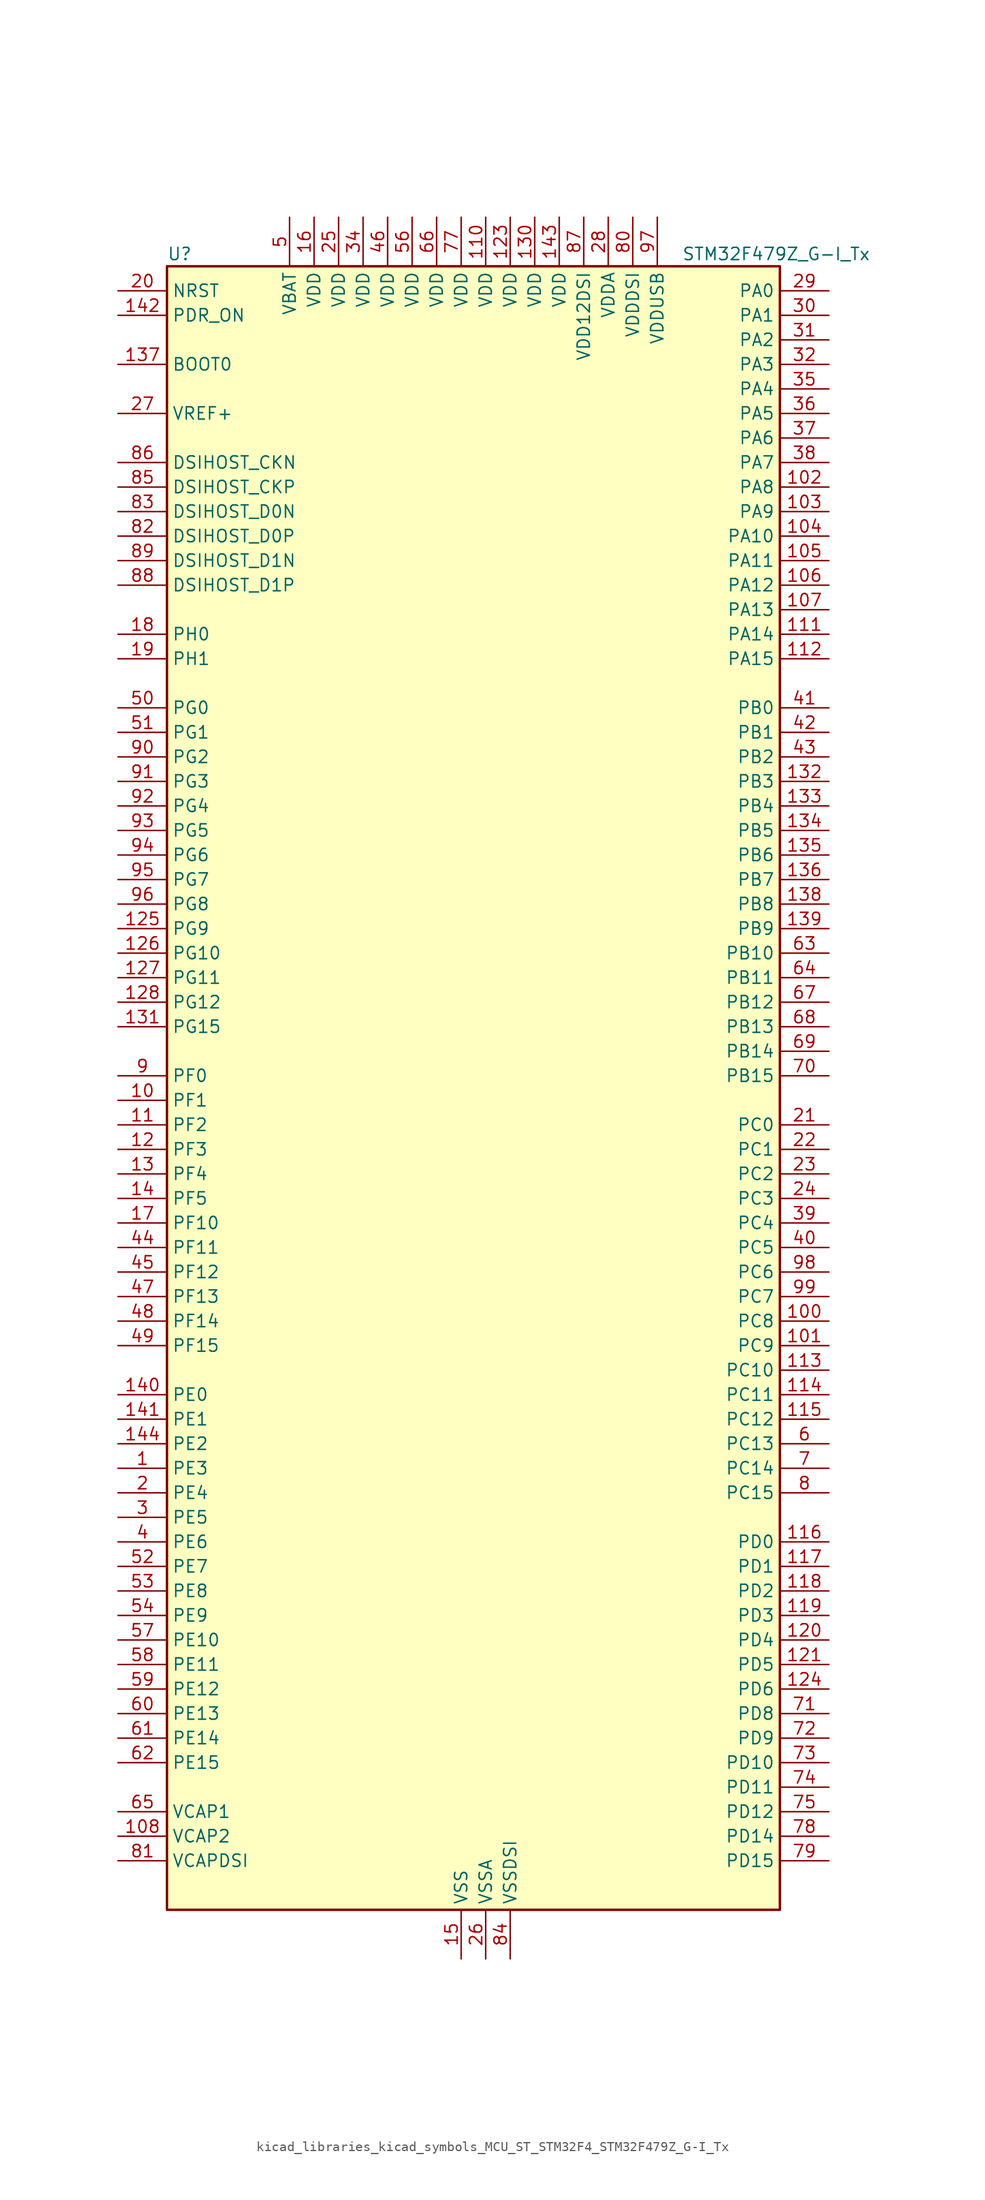
<source format=kicad_sym>
(kicad_symbol_lib
  (version 20220914)
  (generator kicad_symbol_editor)
  (symbol "kicad_libraries_kicad_symbols_MCU_ST_STM32F4_STM32F479Z_G-I_Tx"
    (property "Reference" "U"
      (at -30.48 87.63 0)
      (effects (font (size 1.27 1.27)) (justify left)))
    (property "Value" "STM32F479Z_G-I_Tx"
      (at 22.86 87.63 0)
      (effects (font (size 1.27 1.27)) (justify left)))
    (property "ki_locked" ""
      (at 0 0 0)
      (effects (font (size 1.27 1.27))))
    (symbol "kicad_libraries_kicad_symbols_MCU_ST_STM32F4_STM32F479Z_G-I_Tx_0_1"
      (rectangle (start -30.48 -83.82) (end 33.02 86.36) (stroke (width 0.254) (type default)) (fill (type background))))
    (symbol "kicad_libraries_kicad_symbols_MCU_ST_STM32F4_STM32F479Z_G-I_Tx_1_1"
      (pin bidirectional line (at -35.56 -38.1 0) (length 5.08) (name "PE3" (effects (font (size 1.27 1.27)))) (number "1" (effects (font (size 1.27 1.27)))) (alternate "FMC_A19" bidirectional line) (alternate "SAI1_SD_B" bidirectional line) (alternate "SYS_TRACED0" bidirectional line))
      (pin bidirectional line (at -35.56 0 0) (length 5.08) (name "PF1" (effects (font (size 1.27 1.27)))) (number "10" (effects (font (size 1.27 1.27)))) (alternate "FMC_A1" bidirectional line) (alternate "I2C2_SCL" bidirectional line))
      (pin bidirectional line (at 38.1 -22.86 180) (length 5.08) (name "PC8" (effects (font (size 1.27 1.27)))) (number "100" (effects (font (size 1.27 1.27)))) (alternate "DCMI_D2" bidirectional line) (alternate "SDIO_D0" bidirectional line) (alternate "SYS_TRACED1" bidirectional line) (alternate "TIM3_CH3" bidirectional line) (alternate "TIM8_CH3" bidirectional line) (alternate "USART6_CK" bidirectional line))
      (pin bidirectional line (at 38.1 -25.4 180) (length 5.08) (name "PC9" (effects (font (size 1.27 1.27)))) (number "101" (effects (font (size 1.27 1.27)))) (alternate "DAC_EXTI9" bidirectional line) (alternate "DCMI_D3" bidirectional line) (alternate "I2C3_SDA" bidirectional line) (alternate "I2S_CKIN" bidirectional line) (alternate "QUADSPI_BK1_IO0" bidirectional line) (alternate "RCC_MCO_2" bidirectional line) (alternate "SDIO_D1" bidirectional line) (alternate "TIM3_CH4" bidirectional line) (alternate "TIM8_CH4" bidirectional line))
      (pin bidirectional line (at 38.1 63.5 180) (length 5.08) (name "PA8" (effects (font (size 1.27 1.27)))) (number "102" (effects (font (size 1.27 1.27)))) (alternate "I2C3_SCL" bidirectional line) (alternate "LTDC_R6" bidirectional line) (alternate "RCC_MCO_1" bidirectional line) (alternate "TIM1_CH1" bidirectional line) (alternate "USART1_CK" bidirectional line) (alternate "USB_OTG_FS_SOF" bidirectional line))
      (pin bidirectional line (at 38.1 60.96 180) (length 5.08) (name "PA9" (effects (font (size 1.27 1.27)))) (number "103" (effects (font (size 1.27 1.27)))) (alternate "DAC_EXTI9" bidirectional line) (alternate "DCMI_D0" bidirectional line) (alternate "I2C3_SMBA" bidirectional line) (alternate "I2S2_CK" bidirectional line) (alternate "SPI2_SCK" bidirectional line) (alternate "TIM1_CH2" bidirectional line) (alternate "USART1_TX" bidirectional line) (alternate "USB_OTG_FS_VBUS" bidirectional line))
      (pin bidirectional line (at 38.1 58.42 180) (length 5.08) (name "PA10" (effects (font (size 1.27 1.27)))) (number "104" (effects (font (size 1.27 1.27)))) (alternate "DCMI_D1" bidirectional line) (alternate "TIM1_CH3" bidirectional line) (alternate "USART1_RX" bidirectional line) (alternate "USB_OTG_FS_ID" bidirectional line))
      (pin bidirectional line (at 38.1 55.88 180) (length 5.08) (name "PA11" (effects (font (size 1.27 1.27)))) (number "105" (effects (font (size 1.27 1.27)))) (alternate "ADC1_EXTI11" bidirectional line) (alternate "ADC2_EXTI11" bidirectional line) (alternate "ADC3_EXTI11" bidirectional line) (alternate "CAN1_RX" bidirectional line) (alternate "LTDC_R4" bidirectional line) (alternate "TIM1_CH4" bidirectional line) (alternate "USART1_CTS" bidirectional line) (alternate "USB_OTG_FS_DM" bidirectional line))
      (pin bidirectional line (at 38.1 53.34 180) (length 5.08) (name "PA12" (effects (font (size 1.27 1.27)))) (number "106" (effects (font (size 1.27 1.27)))) (alternate "CAN1_TX" bidirectional line) (alternate "LTDC_R5" bidirectional line) (alternate "TIM1_ETR" bidirectional line) (alternate "USART1_RTS" bidirectional line) (alternate "USB_OTG_FS_DP" bidirectional line))
      (pin bidirectional line (at 38.1 50.8 180) (length 5.08) (name "PA13" (effects (font (size 1.27 1.27)))) (number "107" (effects (font (size 1.27 1.27)))) (alternate "SYS_JTMS-SWDIO" bidirectional line))
      (pin power_out line (at -35.56 -76.2 0) (length 5.08) (name "VCAP2" (effects (font (size 1.27 1.27)))) (number "108" (effects (font (size 1.27 1.27)))))
      (pin passive line (at 0 -88.9 90) (length 5.08) hide (name "VSS" (effects (font (size 1.27 1.27)))) (number "109" (effects (font (size 1.27 1.27)))))
      (pin bidirectional line (at -35.56 -2.54 0) (length 5.08) (name "PF2" (effects (font (size 1.27 1.27)))) (number "11" (effects (font (size 1.27 1.27)))) (alternate "FMC_A2" bidirectional line) (alternate "I2C2_SMBA" bidirectional line))
      (pin power_in line (at 2.54 91.44 270) (length 5.08) (name "VDD" (effects (font (size 1.27 1.27)))) (number "110" (effects (font (size 1.27 1.27)))))
      (pin bidirectional line (at 38.1 48.26 180) (length 5.08) (name "PA14" (effects (font (size 1.27 1.27)))) (number "111" (effects (font (size 1.27 1.27)))) (alternate "SYS_JTCK-SWCLK" bidirectional line))
      (pin bidirectional line (at 38.1 45.72 180) (length 5.08) (name "PA15" (effects (font (size 1.27 1.27)))) (number "112" (effects (font (size 1.27 1.27)))) (alternate "ADC1_EXTI15" bidirectional line) (alternate "ADC2_EXTI15" bidirectional line) (alternate "ADC3_EXTI15" bidirectional line) (alternate "I2S3_WS" bidirectional line) (alternate "SPI1_NSS" bidirectional line) (alternate "SPI3_NSS" bidirectional line) (alternate "SYS_JTDI" bidirectional line) (alternate "TIM2_CH1" bidirectional line) (alternate "TIM2_ETR" bidirectional line))
      (pin bidirectional line (at 38.1 -27.94 180) (length 5.08) (name "PC10" (effects (font (size 1.27 1.27)))) (number "113" (effects (font (size 1.27 1.27)))) (alternate "DCMI_D8" bidirectional line) (alternate "I2S3_CK" bidirectional line) (alternate "LTDC_R2" bidirectional line) (alternate "QUADSPI_BK1_IO1" bidirectional line) (alternate "SDIO_D2" bidirectional line) (alternate "SPI3_SCK" bidirectional line) (alternate "UART4_TX" bidirectional line) (alternate "USART3_TX" bidirectional line))
      (pin bidirectional line (at 38.1 -30.48 180) (length 5.08) (name "PC11" (effects (font (size 1.27 1.27)))) (number "114" (effects (font (size 1.27 1.27)))) (alternate "ADC1_EXTI11" bidirectional line) (alternate "ADC2_EXTI11" bidirectional line) (alternate "ADC3_EXTI11" bidirectional line) (alternate "DCMI_D4" bidirectional line) (alternate "I2S3_ext_SD" bidirectional line) (alternate "QUADSPI_BK2_NCS" bidirectional line) (alternate "SDIO_D3" bidirectional line) (alternate "SPI3_MISO" bidirectional line) (alternate "UART4_RX" bidirectional line) (alternate "USART3_RX" bidirectional line))
      (pin bidirectional line (at 38.1 -33.02 180) (length 5.08) (name "PC12" (effects (font (size 1.27 1.27)))) (number "115" (effects (font (size 1.27 1.27)))) (alternate "DCMI_D9" bidirectional line) (alternate "I2S3_SD" bidirectional line) (alternate "SDIO_CK" bidirectional line) (alternate "SPI3_MOSI" bidirectional line) (alternate "SYS_TRACED3" bidirectional line) (alternate "UART5_TX" bidirectional line) (alternate "USART3_CK" bidirectional line))
      (pin bidirectional line (at 38.1 -45.72 180) (length 5.08) (name "PD0" (effects (font (size 1.27 1.27)))) (number "116" (effects (font (size 1.27 1.27)))) (alternate "CAN1_RX" bidirectional line) (alternate "FMC_D2" bidirectional line) (alternate "FMC_DA2" bidirectional line))
      (pin bidirectional line (at 38.1 -48.26 180) (length 5.08) (name "PD1" (effects (font (size 1.27 1.27)))) (number "117" (effects (font (size 1.27 1.27)))) (alternate "CAN1_TX" bidirectional line) (alternate "FMC_D3" bidirectional line) (alternate "FMC_DA3" bidirectional line))
      (pin bidirectional line (at 38.1 -50.8 180) (length 5.08) (name "PD2" (effects (font (size 1.27 1.27)))) (number "118" (effects (font (size 1.27 1.27)))) (alternate "DCMI_D11" bidirectional line) (alternate "SDIO_CMD" bidirectional line) (alternate "SYS_TRACED2" bidirectional line) (alternate "TIM3_ETR" bidirectional line) (alternate "UART5_RX" bidirectional line))
      (pin bidirectional line (at 38.1 -53.34 180) (length 5.08) (name "PD3" (effects (font (size 1.27 1.27)))) (number "119" (effects (font (size 1.27 1.27)))) (alternate "DCMI_D5" bidirectional line) (alternate "FMC_CLK" bidirectional line) (alternate "I2S2_CK" bidirectional line) (alternate "LTDC_G7" bidirectional line) (alternate "SPI2_SCK" bidirectional line) (alternate "USART2_CTS" bidirectional line))
      (pin bidirectional line (at -35.56 -5.08 0) (length 5.08) (name "PF3" (effects (font (size 1.27 1.27)))) (number "12" (effects (font (size 1.27 1.27)))) (alternate "ADC3_IN9" bidirectional line) (alternate "FMC_A3" bidirectional line))
      (pin bidirectional line (at 38.1 -55.88 180) (length 5.08) (name "PD4" (effects (font (size 1.27 1.27)))) (number "120" (effects (font (size 1.27 1.27)))) (alternate "FMC_NOE" bidirectional line) (alternate "USART2_RTS" bidirectional line))
      (pin bidirectional line (at 38.1 -58.42 180) (length 5.08) (name "PD5" (effects (font (size 1.27 1.27)))) (number "121" (effects (font (size 1.27 1.27)))) (alternate "FMC_NWE" bidirectional line) (alternate "USART2_TX" bidirectional line))
      (pin passive line (at 0 -88.9 90) (length 5.08) hide (name "VSS" (effects (font (size 1.27 1.27)))) (number "122" (effects (font (size 1.27 1.27)))))
      (pin power_in line (at 5.08 91.44 270) (length 5.08) (name "VDD" (effects (font (size 1.27 1.27)))) (number "123" (effects (font (size 1.27 1.27)))))
      (pin bidirectional line (at 38.1 -60.96 180) (length 5.08) (name "PD6" (effects (font (size 1.27 1.27)))) (number "124" (effects (font (size 1.27 1.27)))) (alternate "DCMI_D10" bidirectional line) (alternate "FMC_NWAIT" bidirectional line) (alternate "I2S3_SD" bidirectional line) (alternate "LTDC_B2" bidirectional line) (alternate "SAI1_SD_A" bidirectional line) (alternate "SPI3_MOSI" bidirectional line) (alternate "USART2_RX" bidirectional line))
      (pin bidirectional line (at -35.56 17.78 0) (length 5.08) (name "PG9" (effects (font (size 1.27 1.27)))) (number "125" (effects (font (size 1.27 1.27)))) (alternate "DAC_EXTI9" bidirectional line) (alternate "DCMI_VSYNC" bidirectional line) (alternate "FMC_NCE" bidirectional line) (alternate "FMC_NE2" bidirectional line) (alternate "QUADSPI_BK2_IO2" bidirectional line) (alternate "USART6_RX" bidirectional line))
      (pin bidirectional line (at -35.56 15.24 0) (length 5.08) (name "PG10" (effects (font (size 1.27 1.27)))) (number "126" (effects (font (size 1.27 1.27)))) (alternate "DCMI_D2" bidirectional line) (alternate "FMC_NE3" bidirectional line) (alternate "LTDC_B2" bidirectional line) (alternate "LTDC_G3" bidirectional line))
      (pin bidirectional line (at -35.56 12.7 0) (length 5.08) (name "PG11" (effects (font (size 1.27 1.27)))) (number "127" (effects (font (size 1.27 1.27)))) (alternate "ADC1_EXTI11" bidirectional line) (alternate "ADC2_EXTI11" bidirectional line) (alternate "ADC3_EXTI11" bidirectional line) (alternate "DCMI_D3" bidirectional line) (alternate "LTDC_B3" bidirectional line))
      (pin bidirectional line (at -35.56 10.16 0) (length 5.08) (name "PG12" (effects (font (size 1.27 1.27)))) (number "128" (effects (font (size 1.27 1.27)))) (alternate "FMC_NE4" bidirectional line) (alternate "LTDC_B1" bidirectional line) (alternate "LTDC_B4" bidirectional line) (alternate "USART6_RTS" bidirectional line))
      (pin passive line (at 0 -88.9 90) (length 5.08) hide (name "VSS" (effects (font (size 1.27 1.27)))) (number "129" (effects (font (size 1.27 1.27)))))
      (pin bidirectional line (at -35.56 -7.62 0) (length 5.08) (name "PF4" (effects (font (size 1.27 1.27)))) (number "13" (effects (font (size 1.27 1.27)))) (alternate "ADC3_IN14" bidirectional line) (alternate "FMC_A4" bidirectional line))
      (pin power_in line (at 7.62 91.44 270) (length 5.08) (name "VDD" (effects (font (size 1.27 1.27)))) (number "130" (effects (font (size 1.27 1.27)))))
      (pin bidirectional line (at -35.56 7.62 0) (length 5.08) (name "PG15" (effects (font (size 1.27 1.27)))) (number "131" (effects (font (size 1.27 1.27)))) (alternate "ADC1_EXTI15" bidirectional line) (alternate "ADC2_EXTI15" bidirectional line) (alternate "ADC3_EXTI15" bidirectional line) (alternate "DCMI_D13" bidirectional line) (alternate "FMC_SDNCAS" bidirectional line) (alternate "USART6_CTS" bidirectional line))
      (pin bidirectional line (at 38.1 33.02 180) (length 5.08) (name "PB3" (effects (font (size 1.27 1.27)))) (number "132" (effects (font (size 1.27 1.27)))) (alternate "I2S3_CK" bidirectional line) (alternate "SPI1_SCK" bidirectional line) (alternate "SPI3_SCK" bidirectional line) (alternate "SYS_JTDO-SWO" bidirectional line) (alternate "TIM2_CH2" bidirectional line))
      (pin bidirectional line (at 38.1 30.48 180) (length 5.08) (name "PB4" (effects (font (size 1.27 1.27)))) (number "133" (effects (font (size 1.27 1.27)))) (alternate "I2S3_ext_SD" bidirectional line) (alternate "SPI1_MISO" bidirectional line) (alternate "SPI3_MISO" bidirectional line) (alternate "SYS_JTRST" bidirectional line) (alternate "TIM3_CH1" bidirectional line))
      (pin bidirectional line (at 38.1 27.94 180) (length 5.08) (name "PB5" (effects (font (size 1.27 1.27)))) (number "134" (effects (font (size 1.27 1.27)))) (alternate "CAN2_RX" bidirectional line) (alternate "DCMI_D10" bidirectional line) (alternate "FMC_SDCKE1" bidirectional line) (alternate "I2C1_SMBA" bidirectional line) (alternate "I2S3_SD" bidirectional line) (alternate "LTDC_G7" bidirectional line) (alternate "SPI1_MOSI" bidirectional line) (alternate "SPI3_MOSI" bidirectional line) (alternate "TIM3_CH2" bidirectional line) (alternate "USB_OTG_HS_ULPI_D7" bidirectional line))
      (pin bidirectional line (at 38.1 25.4 180) (length 5.08) (name "PB6" (effects (font (size 1.27 1.27)))) (number "135" (effects (font (size 1.27 1.27)))) (alternate "CAN2_TX" bidirectional line) (alternate "DCMI_D5" bidirectional line) (alternate "FMC_SDNE1" bidirectional line) (alternate "I2C1_SCL" bidirectional line) (alternate "QUADSPI_BK1_NCS" bidirectional line) (alternate "TIM4_CH1" bidirectional line) (alternate "USART1_TX" bidirectional line))
      (pin bidirectional line (at 38.1 22.86 180) (length 5.08) (name "PB7" (effects (font (size 1.27 1.27)))) (number "136" (effects (font (size 1.27 1.27)))) (alternate "DCMI_VSYNC" bidirectional line) (alternate "FMC_NL" bidirectional line) (alternate "I2C1_SDA" bidirectional line) (alternate "TIM4_CH2" bidirectional line) (alternate "USART1_RX" bidirectional line))
      (pin input line (at -35.56 76.2 0) (length 5.08) (name "BOOT0" (effects (font (size 1.27 1.27)))) (number "137" (effects (font (size 1.27 1.27)))))
      (pin bidirectional line (at 38.1 20.32 180) (length 5.08) (name "PB8" (effects (font (size 1.27 1.27)))) (number "138" (effects (font (size 1.27 1.27)))) (alternate "CAN1_RX" bidirectional line) (alternate "DCMI_D6" bidirectional line) (alternate "I2C1_SCL" bidirectional line) (alternate "LTDC_B6" bidirectional line) (alternate "SDIO_D4" bidirectional line) (alternate "TIM10_CH1" bidirectional line) (alternate "TIM4_CH3" bidirectional line))
      (pin bidirectional line (at 38.1 17.78 180) (length 5.08) (name "PB9" (effects (font (size 1.27 1.27)))) (number "139" (effects (font (size 1.27 1.27)))) (alternate "CAN1_TX" bidirectional line) (alternate "DAC_EXTI9" bidirectional line) (alternate "DCMI_D7" bidirectional line) (alternate "I2C1_SDA" bidirectional line) (alternate "I2S2_WS" bidirectional line) (alternate "LTDC_B7" bidirectional line) (alternate "SDIO_D5" bidirectional line) (alternate "SPI2_NSS" bidirectional line) (alternate "TIM11_CH1" bidirectional line) (alternate "TIM4_CH4" bidirectional line))
      (pin bidirectional line (at -35.56 -10.16 0) (length 5.08) (name "PF5" (effects (font (size 1.27 1.27)))) (number "14" (effects (font (size 1.27 1.27)))) (alternate "ADC3_IN15" bidirectional line) (alternate "FMC_A5" bidirectional line))
      (pin bidirectional line (at -35.56 -30.48 0) (length 5.08) (name "PE0" (effects (font (size 1.27 1.27)))) (number "140" (effects (font (size 1.27 1.27)))) (alternate "DCMI_D2" bidirectional line) (alternate "FMC_NBL0" bidirectional line) (alternate "TIM4_ETR" bidirectional line) (alternate "UART8_RX" bidirectional line))
      (pin bidirectional line (at -35.56 -33.02 0) (length 5.08) (name "PE1" (effects (font (size 1.27 1.27)))) (number "141" (effects (font (size 1.27 1.27)))) (alternate "DCMI_D3" bidirectional line) (alternate "FMC_NBL1" bidirectional line) (alternate "UART8_TX" bidirectional line))
      (pin input line (at -35.56 81.28 0) (length 5.08) (name "PDR_ON" (effects (font (size 1.27 1.27)))) (number "142" (effects (font (size 1.27 1.27)))))
      (pin power_in line (at 10.16 91.44 270) (length 5.08) (name "VDD" (effects (font (size 1.27 1.27)))) (number "143" (effects (font (size 1.27 1.27)))))
      (pin bidirectional line (at -35.56 -35.56 0) (length 5.08) (name "PE2" (effects (font (size 1.27 1.27)))) (number "144" (effects (font (size 1.27 1.27)))) (alternate "FMC_A23" bidirectional line) (alternate "QUADSPI_BK1_IO2" bidirectional line) (alternate "SAI1_MCLK_A" bidirectional line) (alternate "SPI4_SCK" bidirectional line) (alternate "SYS_TRACECLK" bidirectional line))
      (pin power_in line (at 0 -88.9 90) (length 5.08) (name "VSS" (effects (font (size 1.27 1.27)))) (number "15" (effects (font (size 1.27 1.27)))))
      (pin power_in line (at -15.24 91.44 270) (length 5.08) (name "VDD" (effects (font (size 1.27 1.27)))) (number "16" (effects (font (size 1.27 1.27)))))
      (pin bidirectional line (at -35.56 -12.7 0) (length 5.08) (name "PF10" (effects (font (size 1.27 1.27)))) (number "17" (effects (font (size 1.27 1.27)))) (alternate "ADC3_IN8" bidirectional line) (alternate "DCMI_D11" bidirectional line) (alternate "LTDC_DE" bidirectional line) (alternate "QUADSPI_CLK" bidirectional line))
      (pin bidirectional line (at -35.56 48.26 0) (length 5.08) (name "PH0" (effects (font (size 1.27 1.27)))) (number "18" (effects (font (size 1.27 1.27)))) (alternate "RCC_OSC_IN" bidirectional line))
      (pin bidirectional line (at -35.56 45.72 0) (length 5.08) (name "PH1" (effects (font (size 1.27 1.27)))) (number "19" (effects (font (size 1.27 1.27)))) (alternate "RCC_OSC_OUT" bidirectional line))
      (pin bidirectional line (at -35.56 -40.64 0) (length 5.08) (name "PE4" (effects (font (size 1.27 1.27)))) (number "2" (effects (font (size 1.27 1.27)))) (alternate "DCMI_D4" bidirectional line) (alternate "FMC_A20" bidirectional line) (alternate "LTDC_B0" bidirectional line) (alternate "SAI1_FS_A" bidirectional line) (alternate "SPI4_NSS" bidirectional line) (alternate "SYS_TRACED1" bidirectional line))
      (pin input line (at -35.56 83.82 0) (length 5.08) (name "NRST" (effects (font (size 1.27 1.27)))) (number "20" (effects (font (size 1.27 1.27)))))
      (pin bidirectional line (at 38.1 -2.54 180) (length 5.08) (name "PC0" (effects (font (size 1.27 1.27)))) (number "21" (effects (font (size 1.27 1.27)))) (alternate "ADC1_IN10" bidirectional line) (alternate "ADC2_IN10" bidirectional line) (alternate "ADC3_IN10" bidirectional line) (alternate "FMC_SDNWE" bidirectional line) (alternate "LTDC_R5" bidirectional line) (alternate "USB_OTG_HS_ULPI_STP" bidirectional line))
      (pin bidirectional line (at 38.1 -5.08 180) (length 5.08) (name "PC1" (effects (font (size 1.27 1.27)))) (number "22" (effects (font (size 1.27 1.27)))) (alternate "ADC1_IN11" bidirectional line) (alternate "ADC2_IN11" bidirectional line) (alternate "ADC3_IN11" bidirectional line) (alternate "I2S2_SD" bidirectional line) (alternate "SAI1_SD_A" bidirectional line) (alternate "SPI2_MOSI" bidirectional line) (alternate "SYS_TRACED0" bidirectional line))
      (pin bidirectional line (at 38.1 -7.62 180) (length 5.08) (name "PC2" (effects (font (size 1.27 1.27)))) (number "23" (effects (font (size 1.27 1.27)))) (alternate "ADC1_IN12" bidirectional line) (alternate "ADC2_IN12" bidirectional line) (alternate "ADC3_IN12" bidirectional line) (alternate "FMC_SDNE0" bidirectional line) (alternate "I2S2_ext_SD" bidirectional line) (alternate "SPI2_MISO" bidirectional line) (alternate "USB_OTG_HS_ULPI_DIR" bidirectional line))
      (pin bidirectional line (at 38.1 -10.16 180) (length 5.08) (name "PC3" (effects (font (size 1.27 1.27)))) (number "24" (effects (font (size 1.27 1.27)))) (alternate "ADC1_IN13" bidirectional line) (alternate "ADC2_IN13" bidirectional line) (alternate "ADC3_IN13" bidirectional line) (alternate "FMC_SDCKE0" bidirectional line) (alternate "I2S2_SD" bidirectional line) (alternate "SPI2_MOSI" bidirectional line) (alternate "USB_OTG_HS_ULPI_NXT" bidirectional line))
      (pin power_in line (at -12.7 91.44 270) (length 5.08) (name "VDD" (effects (font (size 1.27 1.27)))) (number "25" (effects (font (size 1.27 1.27)))))
      (pin power_in line (at 2.54 -88.9 90) (length 5.08) (name "VSSA" (effects (font (size 1.27 1.27)))) (number "26" (effects (font (size 1.27 1.27)))))
      (pin input line (at -35.56 71.12 0) (length 5.08) (name "VREF+" (effects (font (size 1.27 1.27)))) (number "27" (effects (font (size 1.27 1.27)))))
      (pin power_in line (at 15.24 91.44 270) (length 5.08) (name "VDDA" (effects (font (size 1.27 1.27)))) (number "28" (effects (font (size 1.27 1.27)))))
      (pin bidirectional line (at 38.1 83.82 180) (length 5.08) (name "PA0" (effects (font (size 1.27 1.27)))) (number "29" (effects (font (size 1.27 1.27)))) (alternate "ADC1_IN0" bidirectional line) (alternate "ADC2_IN0" bidirectional line) (alternate "ADC3_IN0" bidirectional line) (alternate "SYS_WKUP" bidirectional line) (alternate "TIM2_CH1" bidirectional line) (alternate "TIM2_ETR" bidirectional line) (alternate "TIM5_CH1" bidirectional line) (alternate "TIM8_ETR" bidirectional line) (alternate "UART4_TX" bidirectional line) (alternate "USART2_CTS" bidirectional line))
      (pin bidirectional line (at -35.56 -43.18 0) (length 5.08) (name "PE5" (effects (font (size 1.27 1.27)))) (number "3" (effects (font (size 1.27 1.27)))) (alternate "DCMI_D6" bidirectional line) (alternate "FMC_A21" bidirectional line) (alternate "LTDC_G0" bidirectional line) (alternate "SAI1_SCK_A" bidirectional line) (alternate "SPI4_MISO" bidirectional line) (alternate "SYS_TRACED2" bidirectional line) (alternate "TIM9_CH1" bidirectional line))
      (pin bidirectional line (at 38.1 81.28 180) (length 5.08) (name "PA1" (effects (font (size 1.27 1.27)))) (number "30" (effects (font (size 1.27 1.27)))) (alternate "ADC1_IN1" bidirectional line) (alternate "ADC2_IN1" bidirectional line) (alternate "ADC3_IN1" bidirectional line) (alternate "LTDC_R2" bidirectional line) (alternate "QUADSPI_BK1_IO3" bidirectional line) (alternate "TIM2_CH2" bidirectional line) (alternate "TIM5_CH2" bidirectional line) (alternate "UART4_RX" bidirectional line) (alternate "USART2_RTS" bidirectional line))
      (pin bidirectional line (at 38.1 78.74 180) (length 5.08) (name "PA2" (effects (font (size 1.27 1.27)))) (number "31" (effects (font (size 1.27 1.27)))) (alternate "ADC1_IN2" bidirectional line) (alternate "ADC2_IN2" bidirectional line) (alternate "ADC3_IN2" bidirectional line) (alternate "LTDC_R1" bidirectional line) (alternate "TIM2_CH3" bidirectional line) (alternate "TIM5_CH3" bidirectional line) (alternate "TIM9_CH1" bidirectional line) (alternate "USART2_TX" bidirectional line))
      (pin bidirectional line (at 38.1 76.2 180) (length 5.08) (name "PA3" (effects (font (size 1.27 1.27)))) (number "32" (effects (font (size 1.27 1.27)))) (alternate "ADC1_IN3" bidirectional line) (alternate "ADC2_IN3" bidirectional line) (alternate "ADC3_IN3" bidirectional line) (alternate "LTDC_B2" bidirectional line) (alternate "LTDC_B5" bidirectional line) (alternate "TIM2_CH4" bidirectional line) (alternate "TIM5_CH4" bidirectional line) (alternate "TIM9_CH2" bidirectional line) (alternate "USART2_RX" bidirectional line) (alternate "USB_OTG_HS_ULPI_D0" bidirectional line))
      (pin passive line (at 0 -88.9 90) (length 5.08) hide (name "VSS" (effects (font (size 1.27 1.27)))) (number "33" (effects (font (size 1.27 1.27)))))
      (pin power_in line (at -10.16 91.44 270) (length 5.08) (name "VDD" (effects (font (size 1.27 1.27)))) (number "34" (effects (font (size 1.27 1.27)))))
      (pin bidirectional line (at 38.1 73.66 180) (length 5.08) (name "PA4" (effects (font (size 1.27 1.27)))) (number "35" (effects (font (size 1.27 1.27)))) (alternate "ADC1_IN4" bidirectional line) (alternate "ADC2_IN4" bidirectional line) (alternate "DAC_OUT1" bidirectional line) (alternate "DCMI_HSYNC" bidirectional line) (alternate "I2S3_WS" bidirectional line) (alternate "LTDC_VSYNC" bidirectional line) (alternate "SPI1_NSS" bidirectional line) (alternate "SPI3_NSS" bidirectional line) (alternate "USART2_CK" bidirectional line) (alternate "USB_OTG_HS_SOF" bidirectional line))
      (pin bidirectional line (at 38.1 71.12 180) (length 5.08) (name "PA5" (effects (font (size 1.27 1.27)))) (number "36" (effects (font (size 1.27 1.27)))) (alternate "ADC1_IN5" bidirectional line) (alternate "ADC2_IN5" bidirectional line) (alternate "DAC_OUT2" bidirectional line) (alternate "LTDC_R4" bidirectional line) (alternate "SPI1_SCK" bidirectional line) (alternate "TIM2_CH1" bidirectional line) (alternate "TIM2_ETR" bidirectional line) (alternate "TIM8_CH1N" bidirectional line) (alternate "USB_OTG_HS_ULPI_CK" bidirectional line))
      (pin bidirectional line (at 38.1 68.58 180) (length 5.08) (name "PA6" (effects (font (size 1.27 1.27)))) (number "37" (effects (font (size 1.27 1.27)))) (alternate "ADC1_IN6" bidirectional line) (alternate "ADC2_IN6" bidirectional line) (alternate "DCMI_PIXCLK" bidirectional line) (alternate "LTDC_G2" bidirectional line) (alternate "SPI1_MISO" bidirectional line) (alternate "TIM13_CH1" bidirectional line) (alternate "TIM1_BKIN" bidirectional line) (alternate "TIM3_CH1" bidirectional line) (alternate "TIM8_BKIN" bidirectional line))
      (pin bidirectional line (at 38.1 66.04 180) (length 5.08) (name "PA7" (effects (font (size 1.27 1.27)))) (number "38" (effects (font (size 1.27 1.27)))) (alternate "ADC1_IN7" bidirectional line) (alternate "ADC2_IN7" bidirectional line) (alternate "FMC_SDNWE" bidirectional line) (alternate "QUADSPI_CLK" bidirectional line) (alternate "SPI1_MOSI" bidirectional line) (alternate "TIM14_CH1" bidirectional line) (alternate "TIM1_CH1N" bidirectional line) (alternate "TIM3_CH2" bidirectional line) (alternate "TIM8_CH1N" bidirectional line))
      (pin bidirectional line (at 38.1 -12.7 180) (length 5.08) (name "PC4" (effects (font (size 1.27 1.27)))) (number "39" (effects (font (size 1.27 1.27)))) (alternate "ADC1_IN14" bidirectional line) (alternate "ADC2_IN14" bidirectional line) (alternate "FMC_SDNE0" bidirectional line))
      (pin bidirectional line (at -35.56 -45.72 0) (length 5.08) (name "PE6" (effects (font (size 1.27 1.27)))) (number "4" (effects (font (size 1.27 1.27)))) (alternate "DCMI_D7" bidirectional line) (alternate "FMC_A22" bidirectional line) (alternate "LTDC_G1" bidirectional line) (alternate "SAI1_SD_A" bidirectional line) (alternate "SPI4_MOSI" bidirectional line) (alternate "SYS_TRACED3" bidirectional line) (alternate "TIM9_CH2" bidirectional line))
      (pin bidirectional line (at 38.1 -15.24 180) (length 5.08) (name "PC5" (effects (font (size 1.27 1.27)))) (number "40" (effects (font (size 1.27 1.27)))) (alternate "ADC1_IN15" bidirectional line) (alternate "ADC2_IN15" bidirectional line) (alternate "FMC_SDCKE0" bidirectional line))
      (pin bidirectional line (at 38.1 40.64 180) (length 5.08) (name "PB0" (effects (font (size 1.27 1.27)))) (number "41" (effects (font (size 1.27 1.27)))) (alternate "ADC1_IN8" bidirectional line) (alternate "ADC2_IN8" bidirectional line) (alternate "LTDC_G1" bidirectional line) (alternate "LTDC_R3" bidirectional line) (alternate "TIM1_CH2N" bidirectional line) (alternate "TIM3_CH3" bidirectional line) (alternate "TIM8_CH2N" bidirectional line) (alternate "USB_OTG_HS_ULPI_D1" bidirectional line))
      (pin bidirectional line (at 38.1 38.1 180) (length 5.08) (name "PB1" (effects (font (size 1.27 1.27)))) (number "42" (effects (font (size 1.27 1.27)))) (alternate "ADC1_IN9" bidirectional line) (alternate "ADC2_IN9" bidirectional line) (alternate "LTDC_G0" bidirectional line) (alternate "LTDC_R6" bidirectional line) (alternate "TIM1_CH3N" bidirectional line) (alternate "TIM3_CH4" bidirectional line) (alternate "TIM8_CH3N" bidirectional line) (alternate "USB_OTG_HS_ULPI_D2" bidirectional line))
      (pin bidirectional line (at 38.1 35.56 180) (length 5.08) (name "PB2" (effects (font (size 1.27 1.27)))) (number "43" (effects (font (size 1.27 1.27)))))
      (pin bidirectional line (at -35.56 -15.24 0) (length 5.08) (name "PF11" (effects (font (size 1.27 1.27)))) (number "44" (effects (font (size 1.27 1.27)))) (alternate "ADC1_EXTI11" bidirectional line) (alternate "ADC2_EXTI11" bidirectional line) (alternate "ADC3_EXTI11" bidirectional line) (alternate "DCMI_D12" bidirectional line) (alternate "FMC_SDNRAS" bidirectional line))
      (pin bidirectional line (at -35.56 -17.78 0) (length 5.08) (name "PF12" (effects (font (size 1.27 1.27)))) (number "45" (effects (font (size 1.27 1.27)))) (alternate "FMC_A6" bidirectional line))
      (pin power_in line (at -7.62 91.44 270) (length 5.08) (name "VDD" (effects (font (size 1.27 1.27)))) (number "46" (effects (font (size 1.27 1.27)))))
      (pin bidirectional line (at -35.56 -20.32 0) (length 5.08) (name "PF13" (effects (font (size 1.27 1.27)))) (number "47" (effects (font (size 1.27 1.27)))) (alternate "FMC_A7" bidirectional line))
      (pin bidirectional line (at -35.56 -22.86 0) (length 5.08) (name "PF14" (effects (font (size 1.27 1.27)))) (number "48" (effects (font (size 1.27 1.27)))) (alternate "FMC_A8" bidirectional line))
      (pin bidirectional line (at -35.56 -25.4 0) (length 5.08) (name "PF15" (effects (font (size 1.27 1.27)))) (number "49" (effects (font (size 1.27 1.27)))) (alternate "ADC1_EXTI15" bidirectional line) (alternate "ADC2_EXTI15" bidirectional line) (alternate "ADC3_EXTI15" bidirectional line) (alternate "FMC_A9" bidirectional line))
      (pin power_in line (at -17.78 91.44 270) (length 5.08) (name "VBAT" (effects (font (size 1.27 1.27)))) (number "5" (effects (font (size 1.27 1.27)))))
      (pin bidirectional line (at -35.56 40.64 0) (length 5.08) (name "PG0" (effects (font (size 1.27 1.27)))) (number "50" (effects (font (size 1.27 1.27)))) (alternate "FMC_A10" bidirectional line))
      (pin bidirectional line (at -35.56 38.1 0) (length 5.08) (name "PG1" (effects (font (size 1.27 1.27)))) (number "51" (effects (font (size 1.27 1.27)))) (alternate "FMC_A11" bidirectional line))
      (pin bidirectional line (at -35.56 -48.26 0) (length 5.08) (name "PE7" (effects (font (size 1.27 1.27)))) (number "52" (effects (font (size 1.27 1.27)))) (alternate "FMC_D4" bidirectional line) (alternate "FMC_DA4" bidirectional line) (alternate "QUADSPI_BK2_IO0" bidirectional line) (alternate "TIM1_ETR" bidirectional line) (alternate "UART7_RX" bidirectional line))
      (pin bidirectional line (at -35.56 -50.8 0) (length 5.08) (name "PE8" (effects (font (size 1.27 1.27)))) (number "53" (effects (font (size 1.27 1.27)))) (alternate "FMC_D5" bidirectional line) (alternate "FMC_DA5" bidirectional line) (alternate "QUADSPI_BK2_IO1" bidirectional line) (alternate "TIM1_CH1N" bidirectional line) (alternate "UART7_TX" bidirectional line))
      (pin bidirectional line (at -35.56 -53.34 0) (length 5.08) (name "PE9" (effects (font (size 1.27 1.27)))) (number "54" (effects (font (size 1.27 1.27)))) (alternate "DAC_EXTI9" bidirectional line) (alternate "FMC_D6" bidirectional line) (alternate "FMC_DA6" bidirectional line) (alternate "QUADSPI_BK2_IO2" bidirectional line) (alternate "TIM1_CH1" bidirectional line))
      (pin passive line (at 0 -88.9 90) (length 5.08) hide (name "VSS" (effects (font (size 1.27 1.27)))) (number "55" (effects (font (size 1.27 1.27)))))
      (pin power_in line (at -5.08 91.44 270) (length 5.08) (name "VDD" (effects (font (size 1.27 1.27)))) (number "56" (effects (font (size 1.27 1.27)))))
      (pin bidirectional line (at -35.56 -55.88 0) (length 5.08) (name "PE10" (effects (font (size 1.27 1.27)))) (number "57" (effects (font (size 1.27 1.27)))) (alternate "FMC_D7" bidirectional line) (alternate "FMC_DA7" bidirectional line) (alternate "QUADSPI_BK2_IO3" bidirectional line) (alternate "TIM1_CH2N" bidirectional line))
      (pin bidirectional line (at -35.56 -58.42 0) (length 5.08) (name "PE11" (effects (font (size 1.27 1.27)))) (number "58" (effects (font (size 1.27 1.27)))) (alternate "ADC1_EXTI11" bidirectional line) (alternate "ADC2_EXTI11" bidirectional line) (alternate "ADC3_EXTI11" bidirectional line) (alternate "FMC_D8" bidirectional line) (alternate "FMC_DA8" bidirectional line) (alternate "LTDC_G3" bidirectional line) (alternate "SPI4_NSS" bidirectional line) (alternate "TIM1_CH2" bidirectional line))
      (pin bidirectional line (at -35.56 -60.96 0) (length 5.08) (name "PE12" (effects (font (size 1.27 1.27)))) (number "59" (effects (font (size 1.27 1.27)))) (alternate "FMC_D9" bidirectional line) (alternate "FMC_DA9" bidirectional line) (alternate "LTDC_B4" bidirectional line) (alternate "SPI4_SCK" bidirectional line) (alternate "TIM1_CH3N" bidirectional line))
      (pin bidirectional line (at 38.1 -35.56 180) (length 5.08) (name "PC13" (effects (font (size 1.27 1.27)))) (number "6" (effects (font (size 1.27 1.27)))) (alternate "RTC_AF1" bidirectional line))
      (pin bidirectional line (at -35.56 -63.5 0) (length 5.08) (name "PE13" (effects (font (size 1.27 1.27)))) (number "60" (effects (font (size 1.27 1.27)))) (alternate "FMC_D10" bidirectional line) (alternate "FMC_DA10" bidirectional line) (alternate "LTDC_DE" bidirectional line) (alternate "SPI4_MISO" bidirectional line) (alternate "TIM1_CH3" bidirectional line))
      (pin bidirectional line (at -35.56 -66.04 0) (length 5.08) (name "PE14" (effects (font (size 1.27 1.27)))) (number "61" (effects (font (size 1.27 1.27)))) (alternate "FMC_D11" bidirectional line) (alternate "FMC_DA11" bidirectional line) (alternate "LTDC_CLK" bidirectional line) (alternate "SPI4_MOSI" bidirectional line) (alternate "TIM1_CH4" bidirectional line))
      (pin bidirectional line (at -35.56 -68.58 0) (length 5.08) (name "PE15" (effects (font (size 1.27 1.27)))) (number "62" (effects (font (size 1.27 1.27)))) (alternate "ADC1_EXTI15" bidirectional line) (alternate "ADC2_EXTI15" bidirectional line) (alternate "ADC3_EXTI15" bidirectional line) (alternate "FMC_D12" bidirectional line) (alternate "FMC_DA12" bidirectional line) (alternate "LTDC_R7" bidirectional line) (alternate "TIM1_BKIN" bidirectional line))
      (pin bidirectional line (at 38.1 15.24 180) (length 5.08) (name "PB10" (effects (font (size 1.27 1.27)))) (number "63" (effects (font (size 1.27 1.27)))) (alternate "I2C2_SCL" bidirectional line) (alternate "I2S2_CK" bidirectional line) (alternate "LTDC_G4" bidirectional line) (alternate "QUADSPI_BK1_NCS" bidirectional line) (alternate "SPI2_SCK" bidirectional line) (alternate "TIM2_CH3" bidirectional line) (alternate "USART3_TX" bidirectional line) (alternate "USB_OTG_HS_ULPI_D3" bidirectional line))
      (pin bidirectional line (at 38.1 12.7 180) (length 5.08) (name "PB11" (effects (font (size 1.27 1.27)))) (number "64" (effects (font (size 1.27 1.27)))) (alternate "ADC1_EXTI11" bidirectional line) (alternate "ADC2_EXTI11" bidirectional line) (alternate "ADC3_EXTI11" bidirectional line) (alternate "DSIHOST_TE" bidirectional line) (alternate "I2C2_SDA" bidirectional line) (alternate "LTDC_G5" bidirectional line) (alternate "TIM2_CH4" bidirectional line) (alternate "USART3_RX" bidirectional line) (alternate "USB_OTG_HS_ULPI_D4" bidirectional line))
      (pin power_out line (at -35.56 -73.66 0) (length 5.08) (name "VCAP1" (effects (font (size 1.27 1.27)))) (number "65" (effects (font (size 1.27 1.27)))))
      (pin power_in line (at -2.54 91.44 270) (length 5.08) (name "VDD" (effects (font (size 1.27 1.27)))) (number "66" (effects (font (size 1.27 1.27)))))
      (pin bidirectional line (at 38.1 10.16 180) (length 5.08) (name "PB12" (effects (font (size 1.27 1.27)))) (number "67" (effects (font (size 1.27 1.27)))) (alternate "CAN2_RX" bidirectional line) (alternate "I2C2_SMBA" bidirectional line) (alternate "I2S2_WS" bidirectional line) (alternate "SPI2_NSS" bidirectional line) (alternate "TIM1_BKIN" bidirectional line) (alternate "USART3_CK" bidirectional line) (alternate "USB_OTG_HS_ID" bidirectional line) (alternate "USB_OTG_HS_ULPI_D5" bidirectional line))
      (pin bidirectional line (at 38.1 7.62 180) (length 5.08) (name "PB13" (effects (font (size 1.27 1.27)))) (number "68" (effects (font (size 1.27 1.27)))) (alternate "CAN2_TX" bidirectional line) (alternate "I2S2_CK" bidirectional line) (alternate "SPI2_SCK" bidirectional line) (alternate "TIM1_CH1N" bidirectional line) (alternate "USART3_CTS" bidirectional line) (alternate "USB_OTG_HS_ULPI_D6" bidirectional line) (alternate "USB_OTG_HS_VBUS" bidirectional line))
      (pin bidirectional line (at 38.1 5.08 180) (length 5.08) (name "PB14" (effects (font (size 1.27 1.27)))) (number "69" (effects (font (size 1.27 1.27)))) (alternate "I2S2_ext_SD" bidirectional line) (alternate "SPI2_MISO" bidirectional line) (alternate "TIM12_CH1" bidirectional line) (alternate "TIM1_CH2N" bidirectional line) (alternate "TIM8_CH2N" bidirectional line) (alternate "USART3_RTS" bidirectional line) (alternate "USB_OTG_HS_DM" bidirectional line))
      (pin bidirectional line (at 38.1 -38.1 180) (length 5.08) (name "PC14" (effects (font (size 1.27 1.27)))) (number "7" (effects (font (size 1.27 1.27)))) (alternate "RCC_OSC32_IN" bidirectional line))
      (pin bidirectional line (at 38.1 2.54 180) (length 5.08) (name "PB15" (effects (font (size 1.27 1.27)))) (number "70" (effects (font (size 1.27 1.27)))) (alternate "ADC1_EXTI15" bidirectional line) (alternate "ADC2_EXTI15" bidirectional line) (alternate "ADC3_EXTI15" bidirectional line) (alternate "I2S2_SD" bidirectional line) (alternate "RTC_REFIN" bidirectional line) (alternate "SPI2_MOSI" bidirectional line) (alternate "TIM12_CH2" bidirectional line) (alternate "TIM1_CH3N" bidirectional line) (alternate "TIM8_CH3N" bidirectional line) (alternate "USB_OTG_HS_DP" bidirectional line))
      (pin bidirectional line (at 38.1 -63.5 180) (length 5.08) (name "PD8" (effects (font (size 1.27 1.27)))) (number "71" (effects (font (size 1.27 1.27)))) (alternate "FMC_D13" bidirectional line) (alternate "FMC_DA13" bidirectional line) (alternate "USART3_TX" bidirectional line))
      (pin bidirectional line (at 38.1 -66.04 180) (length 5.08) (name "PD9" (effects (font (size 1.27 1.27)))) (number "72" (effects (font (size 1.27 1.27)))) (alternate "DAC_EXTI9" bidirectional line) (alternate "FMC_D14" bidirectional line) (alternate "FMC_DA14" bidirectional line) (alternate "USART3_RX" bidirectional line))
      (pin bidirectional line (at 38.1 -68.58 180) (length 5.08) (name "PD10" (effects (font (size 1.27 1.27)))) (number "73" (effects (font (size 1.27 1.27)))) (alternate "FMC_D15" bidirectional line) (alternate "FMC_DA15" bidirectional line) (alternate "LTDC_B3" bidirectional line) (alternate "USART3_CK" bidirectional line))
      (pin bidirectional line (at 38.1 -71.12 180) (length 5.08) (name "PD11" (effects (font (size 1.27 1.27)))) (number "74" (effects (font (size 1.27 1.27)))) (alternate "ADC1_EXTI11" bidirectional line) (alternate "ADC2_EXTI11" bidirectional line) (alternate "ADC3_EXTI11" bidirectional line) (alternate "FMC_A16" bidirectional line) (alternate "FMC_CLE" bidirectional line) (alternate "QUADSPI_BK1_IO0" bidirectional line) (alternate "USART3_CTS" bidirectional line))
      (pin bidirectional line (at 38.1 -73.66 180) (length 5.08) (name "PD12" (effects (font (size 1.27 1.27)))) (number "75" (effects (font (size 1.27 1.27)))) (alternate "FMC_A17" bidirectional line) (alternate "FMC_ALE" bidirectional line) (alternate "QUADSPI_BK1_IO1" bidirectional line) (alternate "TIM4_CH1" bidirectional line) (alternate "USART3_RTS" bidirectional line))
      (pin passive line (at 0 -88.9 90) (length 5.08) hide (name "VSS" (effects (font (size 1.27 1.27)))) (number "76" (effects (font (size 1.27 1.27)))))
      (pin power_in line (at 0 91.44 270) (length 5.08) (name "VDD" (effects (font (size 1.27 1.27)))) (number "77" (effects (font (size 1.27 1.27)))))
      (pin bidirectional line (at 38.1 -76.2 180) (length 5.08) (name "PD14" (effects (font (size 1.27 1.27)))) (number "78" (effects (font (size 1.27 1.27)))) (alternate "FMC_D0" bidirectional line) (alternate "FMC_DA0" bidirectional line) (alternate "TIM4_CH3" bidirectional line))
      (pin bidirectional line (at 38.1 -78.74 180) (length 5.08) (name "PD15" (effects (font (size 1.27 1.27)))) (number "79" (effects (font (size 1.27 1.27)))) (alternate "ADC1_EXTI15" bidirectional line) (alternate "ADC2_EXTI15" bidirectional line) (alternate "ADC3_EXTI15" bidirectional line) (alternate "FMC_D1" bidirectional line) (alternate "FMC_DA1" bidirectional line) (alternate "TIM4_CH4" bidirectional line))
      (pin bidirectional line (at 38.1 -40.64 180) (length 5.08) (name "PC15" (effects (font (size 1.27 1.27)))) (number "8" (effects (font (size 1.27 1.27)))) (alternate "ADC1_EXTI15" bidirectional line) (alternate "ADC2_EXTI15" bidirectional line) (alternate "ADC3_EXTI15" bidirectional line) (alternate "RCC_OSC32_OUT" bidirectional line))
      (pin power_in line (at 17.78 91.44 270) (length 5.08) (name "VDDDSI" (effects (font (size 1.27 1.27)))) (number "80" (effects (font (size 1.27 1.27)))))
      (pin power_out line (at -35.56 -78.74 0) (length 5.08) (name "VCAPDSI" (effects (font (size 1.27 1.27)))) (number "81" (effects (font (size 1.27 1.27)))))
      (pin bidirectional line (at -35.56 58.42 0) (length 5.08) (name "DSIHOST_D0P" (effects (font (size 1.27 1.27)))) (number "82" (effects (font (size 1.27 1.27)))) (alternate "DSIHOST_D0P" bidirectional line))
      (pin bidirectional line (at -35.56 60.96 0) (length 5.08) (name "DSIHOST_D0N" (effects (font (size 1.27 1.27)))) (number "83" (effects (font (size 1.27 1.27)))) (alternate "DSIHOST_D0N" bidirectional line))
      (pin power_in line (at 5.08 -88.9 90) (length 5.08) (name "VSSDSI" (effects (font (size 1.27 1.27)))) (number "84" (effects (font (size 1.27 1.27)))))
      (pin bidirectional line (at -35.56 63.5 0) (length 5.08) (name "DSIHOST_CKP" (effects (font (size 1.27 1.27)))) (number "85" (effects (font (size 1.27 1.27)))) (alternate "DSIHOST_CKP" bidirectional line))
      (pin bidirectional line (at -35.56 66.04 0) (length 5.08) (name "DSIHOST_CKN" (effects (font (size 1.27 1.27)))) (number "86" (effects (font (size 1.27 1.27)))) (alternate "DSIHOST_CKN" bidirectional line))
      (pin power_in line (at 12.7 91.44 270) (length 5.08) (name "VDD12DSI" (effects (font (size 1.27 1.27)))) (number "87" (effects (font (size 1.27 1.27)))))
      (pin bidirectional line (at -35.56 53.34 0) (length 5.08) (name "DSIHOST_D1P" (effects (font (size 1.27 1.27)))) (number "88" (effects (font (size 1.27 1.27)))) (alternate "DSIHOST_D1P" bidirectional line))
      (pin bidirectional line (at -35.56 55.88 0) (length 5.08) (name "DSIHOST_D1N" (effects (font (size 1.27 1.27)))) (number "89" (effects (font (size 1.27 1.27)))) (alternate "DSIHOST_D1N" bidirectional line))
      (pin bidirectional line (at -35.56 2.54 0) (length 5.08) (name "PF0" (effects (font (size 1.27 1.27)))) (number "9" (effects (font (size 1.27 1.27)))) (alternate "FMC_A0" bidirectional line) (alternate "I2C2_SDA" bidirectional line))
      (pin bidirectional line (at -35.56 35.56 0) (length 5.08) (name "PG2" (effects (font (size 1.27 1.27)))) (number "90" (effects (font (size 1.27 1.27)))) (alternate "FMC_A12" bidirectional line))
      (pin bidirectional line (at -35.56 33.02 0) (length 5.08) (name "PG3" (effects (font (size 1.27 1.27)))) (number "91" (effects (font (size 1.27 1.27)))) (alternate "FMC_A13" bidirectional line))
      (pin bidirectional line (at -35.56 30.48 0) (length 5.08) (name "PG4" (effects (font (size 1.27 1.27)))) (number "92" (effects (font (size 1.27 1.27)))) (alternate "FMC_A14" bidirectional line) (alternate "FMC_BA0" bidirectional line))
      (pin bidirectional line (at -35.56 27.94 0) (length 5.08) (name "PG5" (effects (font (size 1.27 1.27)))) (number "93" (effects (font (size 1.27 1.27)))) (alternate "FMC_A15" bidirectional line) (alternate "FMC_BA1" bidirectional line))
      (pin bidirectional line (at -35.56 25.4 0) (length 5.08) (name "PG6" (effects (font (size 1.27 1.27)))) (number "94" (effects (font (size 1.27 1.27)))) (alternate "DCMI_D12" bidirectional line) (alternate "LTDC_R7" bidirectional line))
      (pin bidirectional line (at -35.56 22.86 0) (length 5.08) (name "PG7" (effects (font (size 1.27 1.27)))) (number "95" (effects (font (size 1.27 1.27)))) (alternate "DCMI_D13" bidirectional line) (alternate "FMC_INT" bidirectional line) (alternate "LTDC_CLK" bidirectional line) (alternate "SAI1_MCLK_A" bidirectional line) (alternate "USART6_CK" bidirectional line))
      (pin bidirectional line (at -35.56 20.32 0) (length 5.08) (name "PG8" (effects (font (size 1.27 1.27)))) (number "96" (effects (font (size 1.27 1.27)))) (alternate "FMC_SDCLK" bidirectional line) (alternate "LTDC_G7" bidirectional line) (alternate "USART6_RTS" bidirectional line))
      (pin power_in line (at 20.32 91.44 270) (length 5.08) (name "VDDUSB" (effects (font (size 1.27 1.27)))) (number "97" (effects (font (size 1.27 1.27)))))
      (pin bidirectional line (at 38.1 -17.78 180) (length 5.08) (name "PC6" (effects (font (size 1.27 1.27)))) (number "98" (effects (font (size 1.27 1.27)))) (alternate "DCMI_D0" bidirectional line) (alternate "I2S2_MCK" bidirectional line) (alternate "LTDC_HSYNC" bidirectional line) (alternate "SDIO_D6" bidirectional line) (alternate "TIM3_CH1" bidirectional line) (alternate "TIM8_CH1" bidirectional line) (alternate "USART6_TX" bidirectional line))
      (pin bidirectional line (at 38.1 -20.32 180) (length 5.08) (name "PC7" (effects (font (size 1.27 1.27)))) (number "99" (effects (font (size 1.27 1.27)))) (alternate "DCMI_D1" bidirectional line) (alternate "I2S3_MCK" bidirectional line) (alternate "LTDC_G6" bidirectional line) (alternate "SDIO_D7" bidirectional line) (alternate "TIM3_CH2" bidirectional line) (alternate "TIM8_CH2" bidirectional line) (alternate "USART6_RX" bidirectional line)))))
</source>
